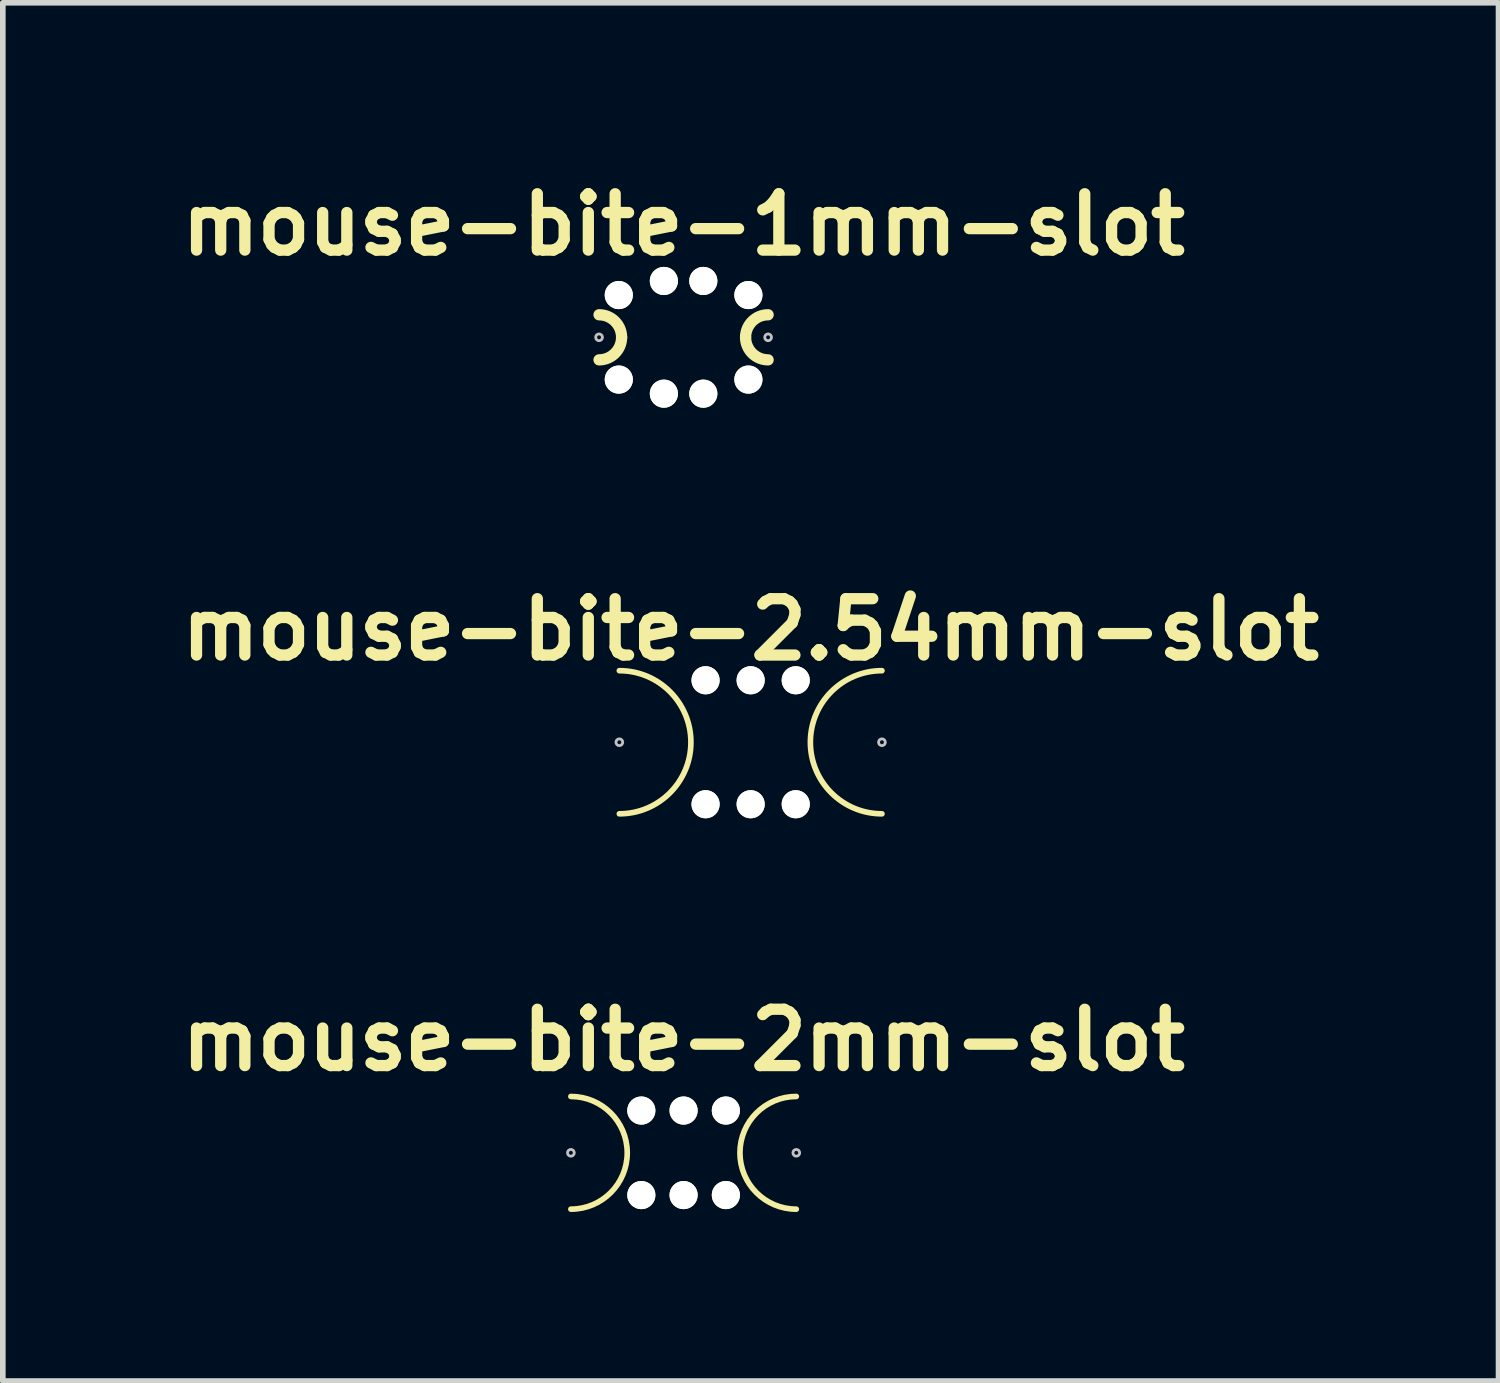
<source format=kicad_pcb>
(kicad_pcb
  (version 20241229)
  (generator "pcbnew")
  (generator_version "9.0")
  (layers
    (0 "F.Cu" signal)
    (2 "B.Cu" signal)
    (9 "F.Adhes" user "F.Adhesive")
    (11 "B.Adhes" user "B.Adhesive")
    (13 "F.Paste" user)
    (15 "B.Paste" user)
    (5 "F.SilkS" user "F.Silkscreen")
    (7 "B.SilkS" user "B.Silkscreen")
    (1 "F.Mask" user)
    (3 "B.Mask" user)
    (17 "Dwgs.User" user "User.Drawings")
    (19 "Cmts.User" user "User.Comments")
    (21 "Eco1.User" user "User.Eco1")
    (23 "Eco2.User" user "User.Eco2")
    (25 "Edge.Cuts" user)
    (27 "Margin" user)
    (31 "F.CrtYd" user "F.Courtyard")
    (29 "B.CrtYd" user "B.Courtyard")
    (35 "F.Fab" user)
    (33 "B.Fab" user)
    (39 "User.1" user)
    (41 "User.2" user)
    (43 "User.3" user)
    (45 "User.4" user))
  (footprint "mouse-bite-1mm-slot"
    (layer "F.Cu")
    (at 9.081 2.936)
    (property "Reference" "mouse-bite-1mm-slot" (at 0 -2 0) (layer "F.SilkS") (effects (font (size 1 1) (thickness 0.2))))
    (attr through_hole)
    (fp_arc (start -1.5 -0.4) (mid -1.217157 -0.282843) (end -1.1 0) (stroke (width 0.2) (type solid)) (layer "F.SilkS"))
    (fp_arc (start -1.1 0) (mid -1.217157 0.282843) (end -1.5 0.4) (stroke (width 0.2) (type solid)) (layer "F.SilkS"))
    (fp_arc (start 1.1 0) (mid 1.217157 -0.282843) (end 1.5 -0.4) (stroke (width 0.2) (type solid)) (layer "F.SilkS"))
    (fp_arc (start 1.5 0.4) (mid 1.217157 0.282843) (end 1.1 0) (stroke (width 0.2) (type solid)) (layer "F.SilkS"))
    (fp_circle (center -1.5 0) (end -1.44 0) (stroke (width 0.05) (type solid)) (fill no) (layer "Dwgs.User"))
    (fp_circle (center 1.5 0) (end 1.56 0) (stroke (width 0.05) (type solid)) (fill no) (layer "Dwgs.User"))
    (fp_line (start -1.5 0) (end -1.5 0) (stroke (width 1) (type solid)) (layer "Eco1.User"))
    (fp_line (start 1.5 0) (end 1.5 0) (stroke (width 1) (type solid)) (layer "Eco1.User"))
    (pad "" np_thru_hole circle (at -1.15 -0.75) (size 0.5 0.5) (drill 0.5) (layers "*.Cu" "*.Mask" "F.SilkS"))
    (pad "" np_thru_hole circle (at -1.15 0.75) (size 0.5 0.5) (drill 0.5) (layers "*.Cu" "*.Mask" "F.SilkS"))
    (pad "" np_thru_hole circle (at -0.35 -1) (size 0.5 0.5) (drill 0.5) (layers "*.Cu" "*.Mask" "F.SilkS"))
    (pad "" np_thru_hole circle (at -0.35 1) (size 0.5 0.5) (drill 0.5) (layers "*.Cu" "*.Mask" "F.SilkS"))
    (pad "" np_thru_hole circle (at 0.35 -1) (size 0.5 0.5) (drill 0.5) (layers "*.Cu" "*.Mask" "F.SilkS"))
    (pad "" np_thru_hole circle (at 0.35 1) (size 0.5 0.5) (drill 0.5) (layers "*.Cu" "*.Mask" "F.SilkS"))
    (pad "" np_thru_hole circle (at 1.15 -0.75) (size 0.5 0.5) (drill 0.5) (layers "*.Cu" "*.Mask" "F.SilkS"))
    (pad "" np_thru_hole circle (at 1.15 0.75) (size 0.5 0.5) (drill 0.5) (layers "*.Cu" "*.Mask" "F.SilkS")))
  (footprint "mouse-bite-2.54mm-slot"
    (layer "F.Cu")
    (at 10.271 10.122)
    (property "Reference" "mouse-bite-2.54mm-slot" (at 0 -2 0) (layer "F.SilkS") (effects (font (size 1 1) (thickness 0.2))))
    (attr through_hole)
    (fp_arc (start -2.33 -1.27) (mid -1.06 0) (end -2.33 1.27) (stroke (width 0.1) (type solid)) (layer "F.SilkS"))
    (fp_arc (start 2.33 1.27) (mid 1.06 0) (end 2.33 -1.27) (stroke (width 0.1) (type solid)) (layer "F.SilkS"))
    (fp_circle (center -2.33 0) (end -2.27 0) (stroke (width 0.05) (type solid)) (fill no) (layer "Dwgs.User"))
    (fp_circle (center 2.33 0) (end 2.33 -0.06) (stroke (width 0.05) (type solid)) (fill no) (layer "Dwgs.User"))
    (fp_line (start -2.33 0) (end -2.33 0) (stroke (width 2.54) (type solid)) (layer "Eco1.User"))
    (fp_line (start 2.33 0) (end 2.33 0) (stroke (width 2.54) (type solid)) (layer "Eco1.User"))
    (pad "" np_thru_hole circle (at -0.8 -1.1) (size 0.5 0.5) (drill 0.5) (layers "*.Cu" "*.Mask" "F.SilkS"))
    (pad "" np_thru_hole circle (at -0.8 1.1) (size 0.5 0.5) (drill 0.5) (layers "*.Cu" "*.Mask" "F.SilkS"))
    (pad "" np_thru_hole circle (at 0 -1.1) (size 0.5 0.5) (drill 0.5) (layers "*.Cu" "*.Mask" "F.SilkS"))
    (pad "" np_thru_hole circle (at 0 1.1) (size 0.5 0.5) (drill 0.5) (layers "*.Cu" "*.Mask" "F.SilkS"))
    (pad "" np_thru_hole circle (at 0.8 -1.1) (size 0.5 0.5) (drill 0.5) (layers "*.Cu" "*.Mask" "F.SilkS"))
    (pad "" np_thru_hole circle (at 0.8 1.1) (size 0.5 0.5) (drill 0.5) (layers "*.Cu" "*.Mask" "F.SilkS")))
  (footprint "mouse-bite-2mm-slot"
    (layer "F.Cu")
    (at 9.081 17.408)
    (property "Reference" "mouse-bite-2mm-slot" (at 0 -2 0) (layer "F.SilkS") (effects (font (size 1 1) (thickness 0.2))))
    (attr through_hole)
    (fp_arc (start -2 -1) (mid -1 0) (end -2 1) (stroke (width 0.1) (type solid)) (layer "F.SilkS"))
    (fp_arc (start 2 1) (mid 1 0) (end 2 -1) (stroke (width 0.1) (type solid)) (layer "F.SilkS"))
    (fp_circle (center -2 0) (end -2 -0.06) (stroke (width 0.05) (type solid)) (fill no) (layer "Dwgs.User"))
    (fp_circle (center 2 0) (end 2.06 0) (stroke (width 0.05) (type solid)) (fill no) (layer "Dwgs.User"))
    (fp_line (start -2 0) (end -2 0) (stroke (width 2) (type solid)) (layer "Eco1.User"))
    (fp_line (start 2 0) (end 2 0) (stroke (width 2) (type solid)) (layer "Eco1.User"))
    (pad "" np_thru_hole circle (at -0.75 -0.75) (size 0.5 0.5) (drill 0.5) (layers "*.Cu" "*.Mask" "F.SilkS"))
    (pad "" np_thru_hole circle (at -0.75 0.75) (size 0.5 0.5) (drill 0.5) (layers "*.Cu" "*.Mask" "F.SilkS"))
    (pad "" np_thru_hole circle (at 0 -0.75) (size 0.5 0.5) (drill 0.5) (layers "*.Cu" "*.Mask" "F.SilkS"))
    (pad "" np_thru_hole circle (at 0 0.75) (size 0.5 0.5) (drill 0.5) (layers "*.Cu" "*.Mask" "F.SilkS"))
    (pad "" np_thru_hole circle (at 0.75 -0.75) (size 0.5 0.5) (drill 0.5) (layers "*.Cu" "*.Mask" "F.SilkS"))
    (pad "" np_thru_hole circle (at 0.75 0.75) (size 0.5 0.5) (drill 0.5) (layers "*.Cu" "*.Mask" "F.SilkS")))
  (gr_rect
    (start -3 -3)
    (end 23.543 21.458)
    (stroke (width 0.1) (type default))
    (fill no)
    (layer "Edge.Cuts")))
</source>
